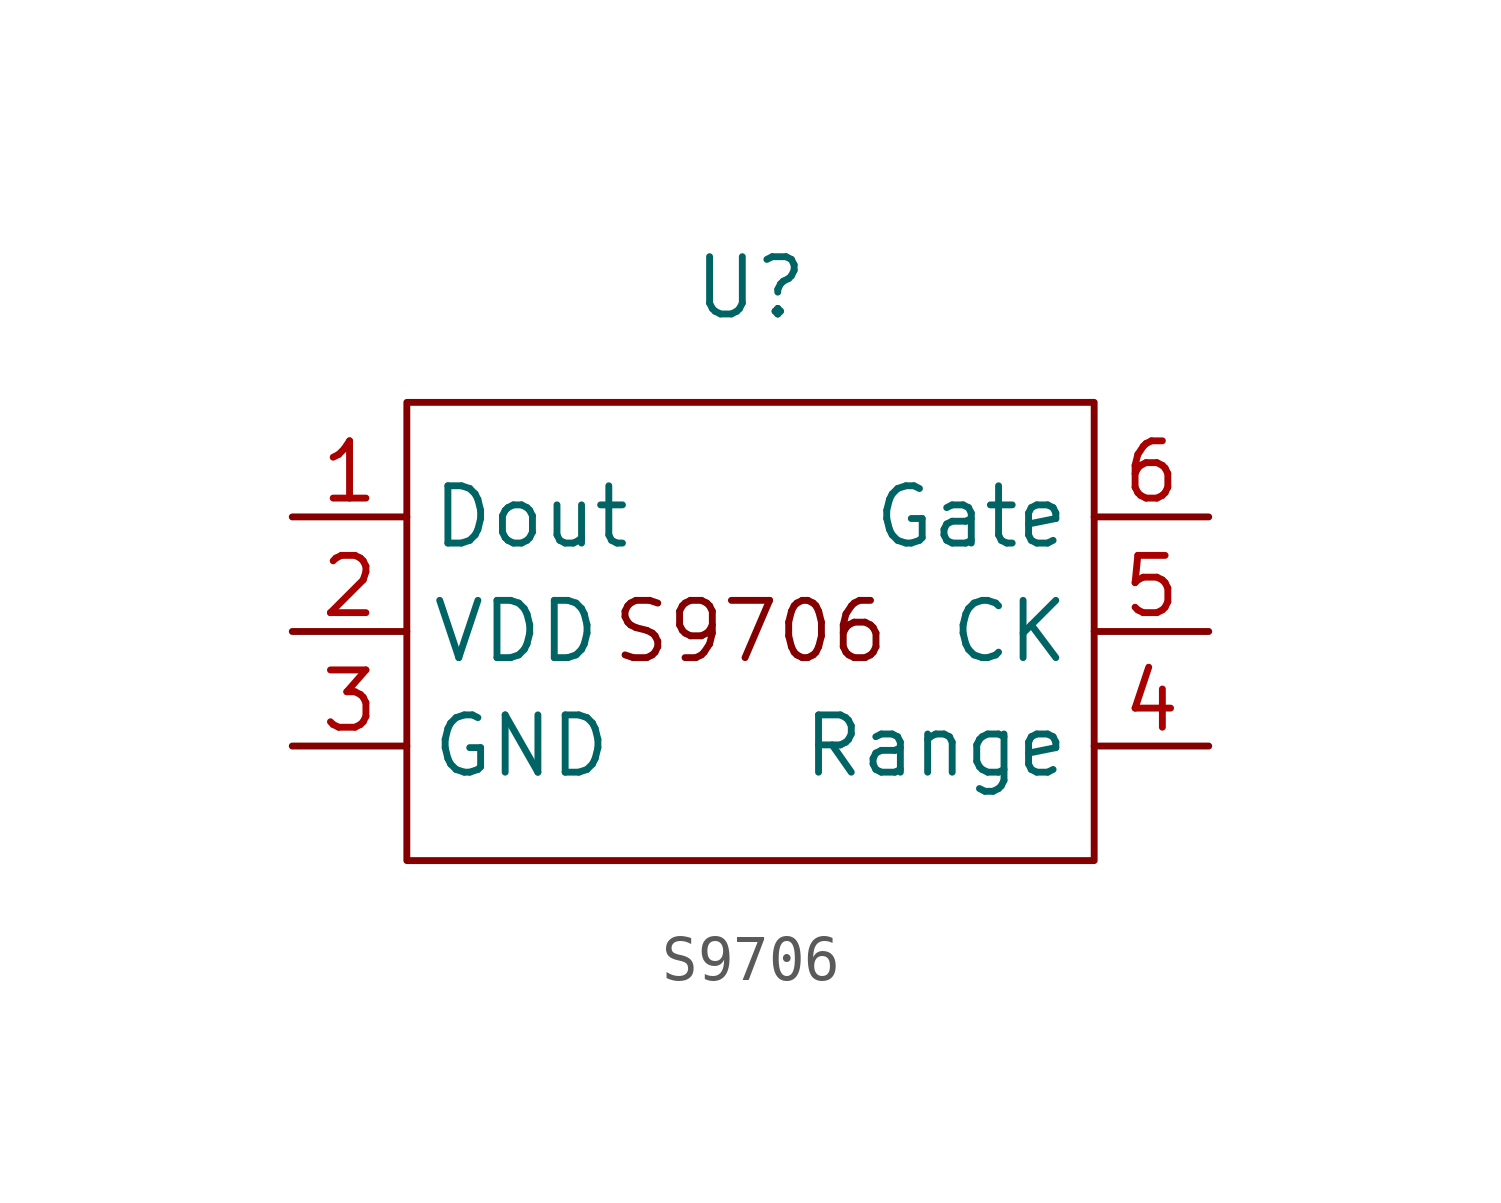
<source format=kicad_sym>
(kicad_symbol_lib
  (version 20220914)
  (generator kicad_symbol_editor)
  (symbol "S9706"
    (property "Reference" "U"
      (at 0 7.62 0)
      (effects (font (size 1.27 1.27))))
    (property "Value" ""
      (at -2.54 -2.54 0)
      (effects (font (size 1.27 1.27))))
    (symbol "S9706_0_1"
      (rectangle (start -7.62 5.08) (end 7.62 -5.08) (stroke (width 0) (type default)) (fill (type none))))
    (symbol "S9706_1_1"
      (text "S9706" (at 0 0 0) (effects (font (size 1.27 1.27))))
      (pin output line (at -10.16 2.54 0) (length 2.54) (name "Dout" (effects (font (size 1.27 1.27)))) (number "1" (effects (font (size 1.27 1.27)))))
      (pin power_in line (at -10.16 0 0) (length 2.54) (name "VDD" (effects (font (size 1.27 1.27)))) (number "2" (effects (font (size 1.27 1.27)))))
      (pin power_in line (at -10.16 -2.54 0) (length 2.54) (name "GND" (effects (font (size 1.27 1.27)))) (number "3" (effects (font (size 1.27 1.27)))))
      (pin input line (at 10.16 -2.54 180) (length 2.54) (name "Range" (effects (font (size 1.27 1.27)))) (number "4" (effects (font (size 1.27 1.27)))))
      (pin input line (at 10.16 0 180) (length 2.54) (name "CK" (effects (font (size 1.27 1.27)))) (number "5" (effects (font (size 1.27 1.27)))))
      (pin input line (at 10.16 2.54 180) (length 2.54) (name "Gate" (effects (font (size 1.27 1.27)))) (number "6" (effects (font (size 1.27 1.27))))))))
</source>
